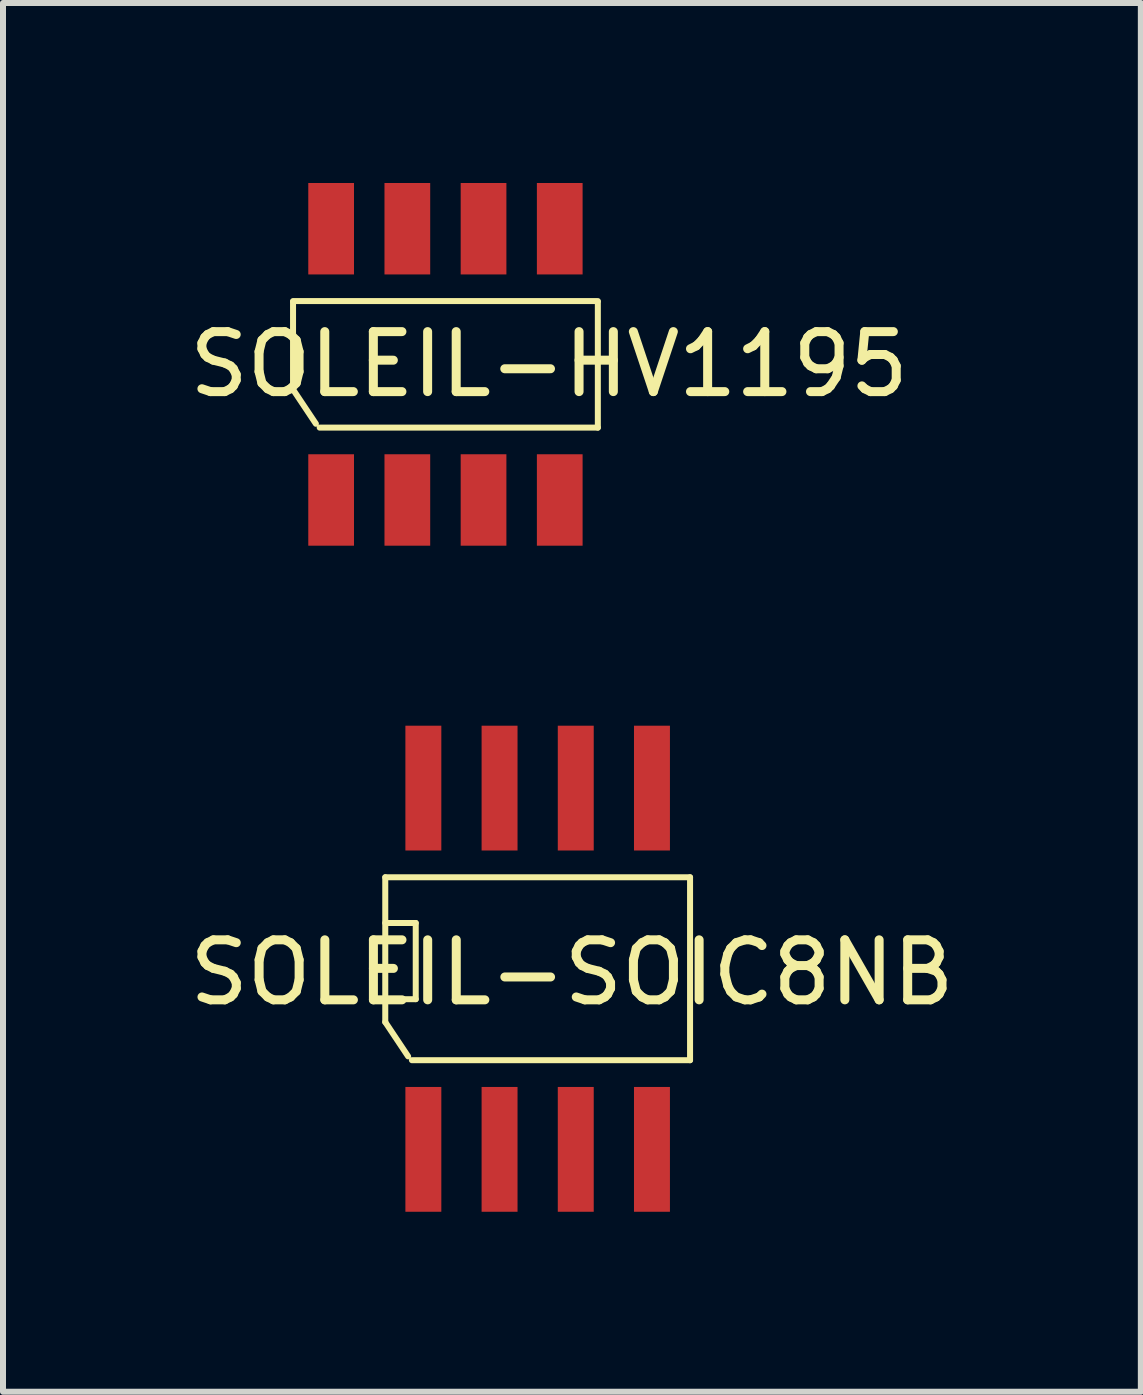
<source format=kicad_pcb>
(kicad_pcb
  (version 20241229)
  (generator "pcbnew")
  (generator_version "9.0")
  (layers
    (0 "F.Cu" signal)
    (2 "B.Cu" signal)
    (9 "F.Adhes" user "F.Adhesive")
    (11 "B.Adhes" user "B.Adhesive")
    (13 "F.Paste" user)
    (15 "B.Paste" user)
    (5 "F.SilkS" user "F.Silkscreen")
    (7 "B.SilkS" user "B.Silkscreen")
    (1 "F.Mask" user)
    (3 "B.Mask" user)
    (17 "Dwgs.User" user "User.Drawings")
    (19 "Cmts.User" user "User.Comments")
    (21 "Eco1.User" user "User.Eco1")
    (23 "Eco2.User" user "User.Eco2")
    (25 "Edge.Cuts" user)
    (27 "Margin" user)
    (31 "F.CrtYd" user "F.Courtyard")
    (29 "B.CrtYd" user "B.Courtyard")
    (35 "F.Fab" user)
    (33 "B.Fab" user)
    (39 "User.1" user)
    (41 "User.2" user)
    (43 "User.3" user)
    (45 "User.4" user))
  (footprint "SOLEIL-HV1195"
    (layer "F.Cu")
    (at 2.469 5.283)
    (property "Reference" "SOLEIL-HV1195" (at 3.632 -2.261 0) (layer "F.SilkS") (effects (font (size 1 1) (thickness 0.15))))
    (attr smd)
    (fp_line (start -0.635 -3.315) (end 4.445 -3.315) (stroke (width 0.1) (type solid)) (layer "F.SilkS"))
    (fp_line (start -0.635 -3.302) (end -0.635 -1.841) (stroke (width 0.1) (type solid)) (layer "F.SilkS"))
    (fp_line (start -0.635 -1.841) (end -0.254 -1.27) (stroke (width 0.1) (type solid)) (layer "F.SilkS"))
    (fp_line (start 4.445 -3.302) (end 4.445 -1.206) (stroke (width 0.1) (type solid)) (layer "F.SilkS"))
    (fp_line (start 4.445 -1.206) (end -0.191 -1.206) (stroke (width 0.1) (type solid)) (layer "F.SilkS"))
    (pad "1" smd rect (at 0 0) (size 0.762 1.524) (layers "F.Cu" "F.Mask" "F.Paste"))
    (pad "2" smd rect (at 1.27 0) (size 0.762 1.524) (layers "F.Cu" "F.Mask" "F.Paste"))
    (pad "3" smd rect (at 2.54 0) (size 0.762 1.524) (layers "F.Cu" "F.Mask" "F.Paste"))
    (pad "4" smd rect (at 3.81 0) (size 0.762 1.524) (layers "F.Cu" "F.Mask" "F.Paste"))
    (pad "5" smd rect (at 3.81 -4.521) (size 0.762 1.524) (layers "F.Cu" "F.Mask" "F.Paste"))
    (pad "6" smd rect (at 2.54 -4.521) (size 0.762 1.524) (layers "F.Cu" "F.Mask" "F.Paste"))
    (pad "7" smd rect (at 1.27 -4.521) (size 0.762 1.524) (layers "F.Cu" "F.Mask" "F.Paste"))
    (pad "8" smd rect (at 0 -4.521) (size 0.762 1.524) (layers "F.Cu" "F.Mask" "F.Paste")))
  (footprint "SOLEIL-SOIC8NB"
    (layer "F.Cu")
    (at 4.006 15.826)
    (property "Reference" "SOLEIL-SOIC8NB" (at 2.477 -2.667 0) (layer "F.SilkS") (effects (font (size 1 1) (thickness 0.15))))
    (attr smd)
    (fp_line (start -0.635 -4.255) (end -0.635 -1.841) (stroke (width 0.1) (type solid)) (layer "F.SilkS"))
    (fp_line (start -0.635 -4.255) (end 4.445 -4.255) (stroke (width 0.1) (type solid)) (layer "F.SilkS"))
    (fp_line (start -0.635 -3.493) (end -0.127 -3.493) (stroke (width 0.1) (type solid)) (layer "F.SilkS"))
    (fp_line (start -0.635 -1.841) (end -0.254 -1.27) (stroke (width 0.1) (type solid)) (layer "F.SilkS"))
    (fp_line (start -0.127 -3.493) (end -0.127 -2.223) (stroke (width 0.1) (type solid)) (layer "F.SilkS"))
    (fp_line (start -0.127 -2.223) (end -0.635 -2.223) (stroke (width 0.1) (type solid)) (layer "F.SilkS"))
    (fp_line (start 4.445 -4.255) (end 4.445 -1.206) (stroke (width 0.1) (type solid)) (layer "F.SilkS"))
    (fp_line (start 4.445 -1.206) (end -0.191 -1.206) (stroke (width 0.1) (type solid)) (layer "F.SilkS"))
    (pad "1" smd rect (at 0 0.28) (size 0.599 2.08) (layers "F.Cu" "F.Mask" "F.Paste"))
    (pad "2" smd rect (at 1.27 0.28) (size 0.599 2.08) (layers "F.Cu" "F.Mask" "F.Paste"))
    (pad "3" smd rect (at 2.54 0.28) (size 0.599 2.08) (layers "F.Cu" "F.Mask" "F.Paste"))
    (pad "4" smd rect (at 3.81 0.28) (size 0.599 2.08) (layers "F.Cu" "F.Mask" "F.Paste"))
    (pad "5" smd rect (at 3.81 -5.741) (size 0.599 2.08) (layers "F.Cu" "F.Mask" "F.Paste"))
    (pad "6" smd rect (at 2.54 -5.741) (size 0.599 2.08) (layers "F.Cu" "F.Mask" "F.Paste"))
    (pad "7" smd rect (at 1.27 -5.741) (size 0.599 2.08) (layers "F.Cu" "F.Mask" "F.Paste"))
    (pad "8" smd rect (at 0 -5.741) (size 0.599 2.08) (layers "F.Cu" "F.Mask" "F.Paste")))
  (gr_rect
    (start -3 -3)
    (end 15.964 20.146)
    (stroke (width 0.1) (type default))
    (fill no)
    (layer "Edge.Cuts")))
</source>
